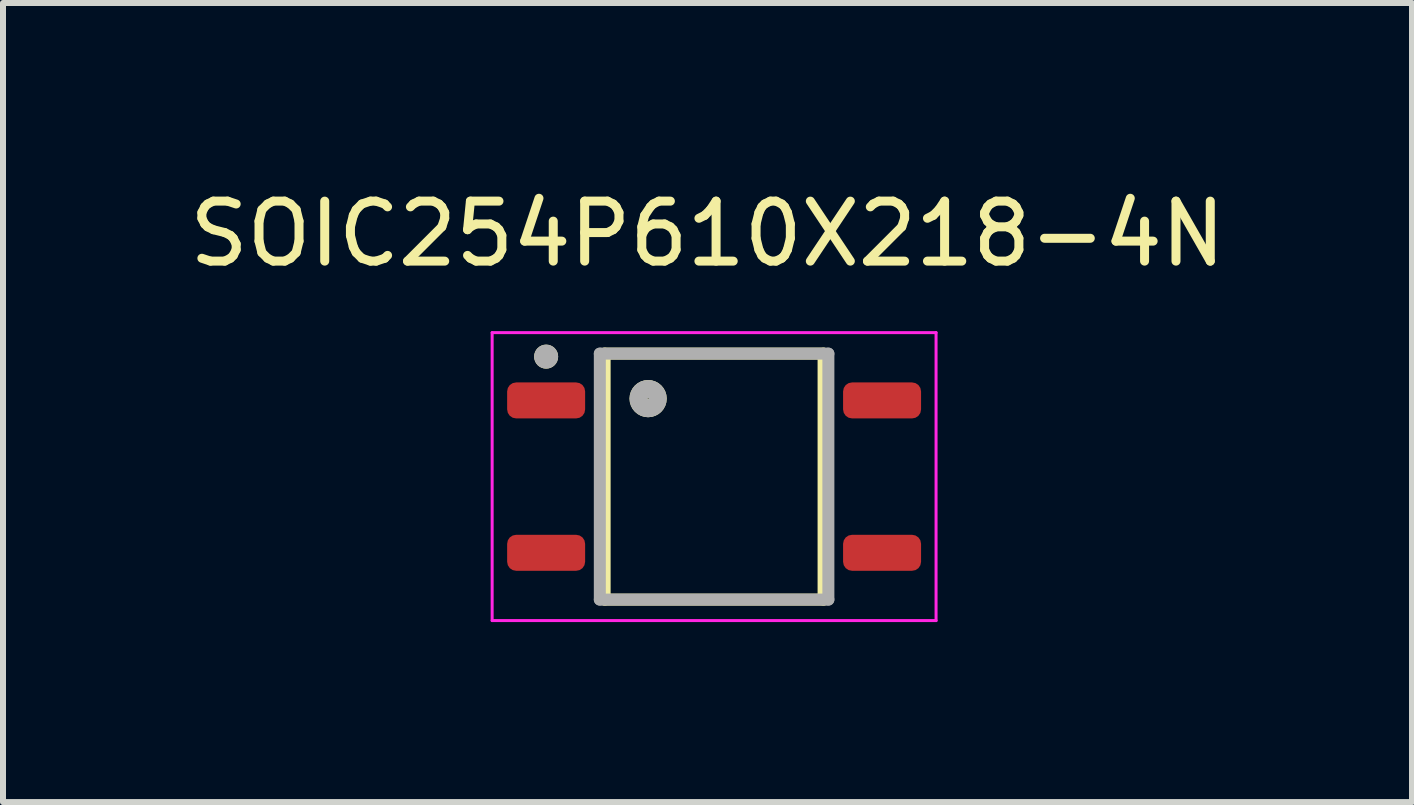
<source format=kicad_pcb>
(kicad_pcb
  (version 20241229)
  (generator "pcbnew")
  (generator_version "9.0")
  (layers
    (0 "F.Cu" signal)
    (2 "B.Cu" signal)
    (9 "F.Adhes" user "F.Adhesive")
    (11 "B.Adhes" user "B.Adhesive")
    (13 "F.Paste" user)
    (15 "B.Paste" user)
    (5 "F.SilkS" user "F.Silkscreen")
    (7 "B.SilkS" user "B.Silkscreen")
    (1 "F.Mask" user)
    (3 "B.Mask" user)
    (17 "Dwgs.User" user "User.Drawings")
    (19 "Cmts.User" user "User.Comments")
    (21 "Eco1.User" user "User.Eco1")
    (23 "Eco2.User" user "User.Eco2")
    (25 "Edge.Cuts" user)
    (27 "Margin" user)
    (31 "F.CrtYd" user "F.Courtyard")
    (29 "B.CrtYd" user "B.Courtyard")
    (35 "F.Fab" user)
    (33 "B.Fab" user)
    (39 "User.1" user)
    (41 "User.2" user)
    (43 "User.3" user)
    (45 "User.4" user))
  (footprint "SOIC254P610X218-4N"
    (layer "F.Cu")
    (at 8.854 4.895)
    (property "Reference" "SOIC254P610X218-4N" (at -0.11 -4.047 0) (layer "F.SilkS") (effects (font (size 1 1) (thickness 0.15))))
    (attr smd)
    (fp_line (start -1.825 -2.05) (end 1.825 -2.05) (stroke (width 0.2) (type solid)) (layer "F.SilkS"))
    (fp_line (start -1.825 2.05) (end -1.825 -2.05) (stroke (width 0.2) (type solid)) (layer "F.SilkS"))
    (fp_line (start 1.825 -2.05) (end 1.825 2.05) (stroke (width 0.2) (type solid)) (layer "F.SilkS"))
    (fp_line (start 1.825 2.05) (end -1.825 2.05) (stroke (width 0.2) (type solid)) (layer "F.SilkS"))
    (fp_circle (center -2.8 -2) (end -2.7 -2) (stroke (width 0.2) (type solid)) (fill no) (layer "F.SilkS"))
    (fp_circle (center -1.1 -1.3) (end -0.94 -1.3) (stroke (width 0.3) (type solid)) (fill no) (layer "F.SilkS"))
    (fp_line (start -3.7 -2.4) (end 3.7 -2.4) (stroke (width 0.05) (type solid)) (layer "F.CrtYd"))
    (fp_line (start -3.7 2.4) (end -3.7 -2.4) (stroke (width 0.05) (type solid)) (layer "F.CrtYd"))
    (fp_line (start 3.7 -2.4) (end 3.7 2.4) (stroke (width 0.05) (type solid)) (layer "F.CrtYd"))
    (fp_line (start 3.7 2.4) (end -3.7 2.4) (stroke (width 0.05) (type solid)) (layer "F.CrtYd"))
    (fp_line (start -1.905 -2.05) (end 1.905 -2.05) (stroke (width 0.2) (type solid)) (layer "F.Fab"))
    (fp_line (start -1.905 2.05) (end -1.905 -2.05) (stroke (width 0.2) (type solid)) (layer "F.Fab"))
    (fp_line (start 1.905 -2.05) (end 1.905 2.05) (stroke (width 0.2) (type solid)) (layer "F.Fab"))
    (fp_line (start 1.905 2.05) (end -1.905 2.05) (stroke (width 0.2) (type solid)) (layer "F.Fab"))
    (fp_circle (center -2.8 -2) (end -2.7 -2) (stroke (width 0.2) (type solid)) (fill no) (layer "F.Fab"))
    (fp_circle (center -1.1 -1.3) (end -0.94 -1.3) (stroke (width 0.3) (type solid)) (fill no) (layer "F.Fab"))
    (pad "1" smd roundrect (at -2.8 -1.27) (size 1.3 0.6) (layers "F.Cu" "F.Mask" "F.Paste") (roundrect_rratio 0.25))
    (pad "2" smd roundrect (at -2.8 1.27) (size 1.3 0.6) (layers "F.Cu" "F.Mask" "F.Paste") (roundrect_rratio 0.25))
    (pad "3" smd roundrect (at 2.8 1.27) (size 1.3 0.6) (layers "F.Cu" "F.Mask" "F.Paste") (roundrect_rratio 0.25))
    (pad "4" smd roundrect (at 2.8 -1.27) (size 1.3 0.6) (layers "F.Cu" "F.Mask" "F.Paste") (roundrect_rratio 0.25)))
  (gr_rect
    (start -3 -3)
    (end 20.488 10.32)
    (stroke (width 0.1) (type default))
    (fill no)
    (layer "Edge.Cuts")))
</source>
